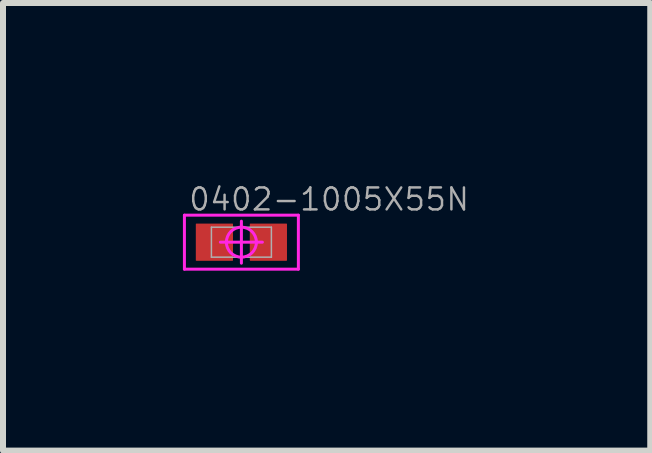
<source format=kicad_pcb>
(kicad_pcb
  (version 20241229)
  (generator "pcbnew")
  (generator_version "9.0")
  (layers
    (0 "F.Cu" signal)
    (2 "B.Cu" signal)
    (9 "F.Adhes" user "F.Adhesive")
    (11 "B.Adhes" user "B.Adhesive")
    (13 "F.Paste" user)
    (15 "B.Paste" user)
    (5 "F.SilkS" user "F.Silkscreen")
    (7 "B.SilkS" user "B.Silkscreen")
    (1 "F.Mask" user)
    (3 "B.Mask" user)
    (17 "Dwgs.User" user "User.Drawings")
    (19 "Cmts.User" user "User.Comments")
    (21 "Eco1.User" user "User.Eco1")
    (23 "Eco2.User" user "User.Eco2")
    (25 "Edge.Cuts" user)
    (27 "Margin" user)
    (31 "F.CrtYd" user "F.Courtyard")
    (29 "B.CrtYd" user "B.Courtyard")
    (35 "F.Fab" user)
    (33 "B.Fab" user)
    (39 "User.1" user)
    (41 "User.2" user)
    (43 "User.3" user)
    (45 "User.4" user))
  (footprint "0402-1005X55N"
    (layer "F.Cu")
    (at 0.975 0.988)
    (property "Reference" "0402-1005X55N" (at -0.9 -0.5 0) (unlocked yes) (layer "F.Fab") (effects (font (size 0.366 0.366) (thickness 0.041)) (justify left bottom)))
    (fp_line (start -0.95 -0.45) (end 0.95 -0.45) (stroke (width 0.05) (type solid)) (layer "F.CrtYd"))
    (fp_line (start -0.95 0.45) (end -0.95 -0.45) (stroke (width 0.05) (type solid)) (layer "F.CrtYd"))
    (fp_line (start -0.35 0) (end 0.35 0) (stroke (width 0.05) (type solid)) (layer "F.CrtYd"))
    (fp_line (start 0 0.35) (end 0 -0.35) (stroke (width 0.05) (type solid)) (layer "F.CrtYd"))
    (fp_line (start 0.95 -0.45) (end 0.95 0.45) (stroke (width 0.05) (type solid)) (layer "F.CrtYd"))
    (fp_line (start 0.95 0.45) (end -0.95 0.45) (stroke (width 0.05) (type solid)) (layer "F.CrtYd"))
    (fp_circle (center 0 0) (end 0.25 0) (stroke (width 0.05) (type solid)) (fill no) (layer "F.CrtYd"))
    (fp_line (start -0.5 -0.25) (end -0.5 0.25) (stroke (width 0.025) (type solid)) (layer "F.Fab"))
    (fp_line (start -0.5 0.25) (end 0.5 0.25) (stroke (width 0.025) (type solid)) (layer "F.Fab"))
    (fp_line (start 0.5 -0.25) (end -0.5 -0.25) (stroke (width 0.025) (type solid)) (layer "F.Fab"))
    (fp_line (start 0.5 0.25) (end 0.5 -0.25) (stroke (width 0.025) (type solid)) (layer "F.Fab"))
    (pad "1" smd roundrect (at -0.45 0) (size 0.62 0.62) (layers "F.Cu" "F.Mask" "F.Paste") (roundrect_rratio 0.015))
    (pad "2" smd roundrect (at 0.45 0) (size 0.62 0.62) (layers "F.Cu" "F.Mask" "F.Paste") (roundrect_rratio 0.015)))
  (gr_rect
    (start -3 -3)
    (end 7.792 4.463)
    (stroke (width 0.1) (type default))
    (fill no)
    (layer "Edge.Cuts")))
</source>
